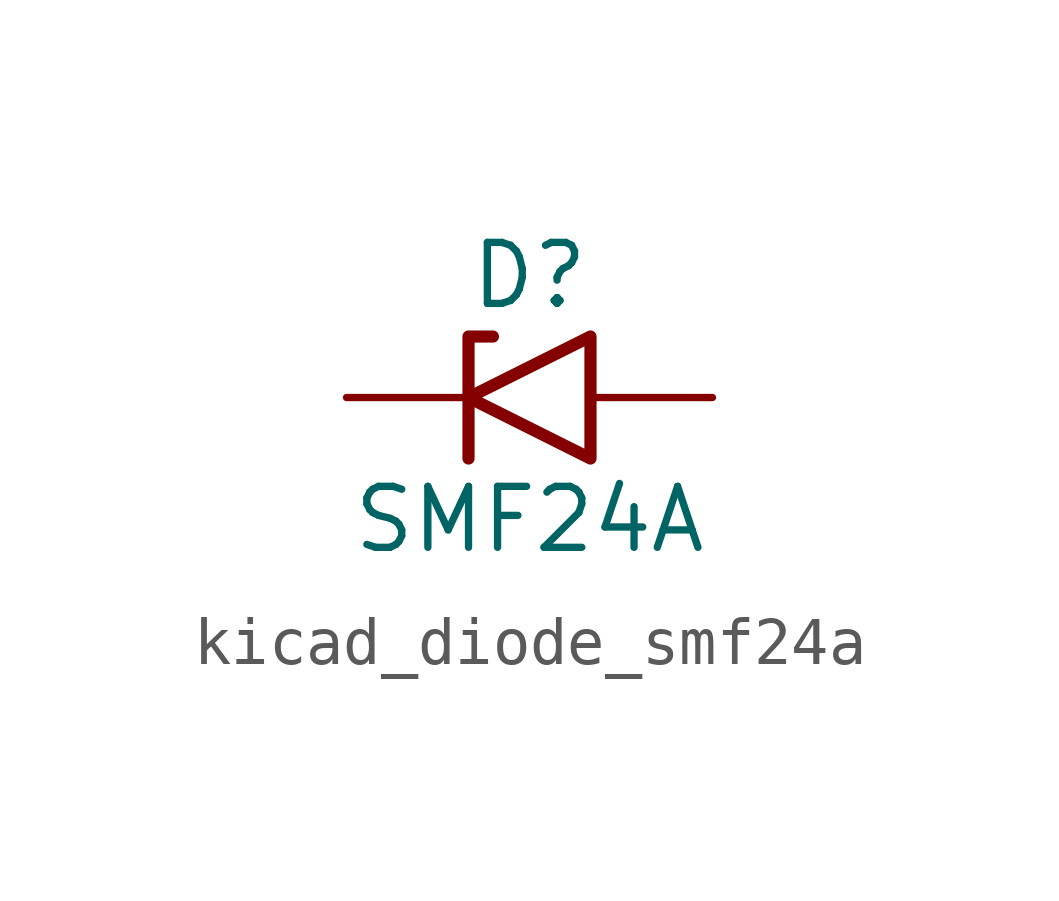
<source format=kicad_sym>
(kicad_symbol_lib
  (version 20220914)
  (generator kicad_symbol_editor)
  (symbol "kicad_diode_smf24a"
    (pin_numbers hide)
    (pin_names
      (offset 1.016) hide)
    (property "Reference" "D"
      (at 0 2.54 0)
      (effects (font (size 1.27 1.27))))
    (property "Value" "SMF24A"
      (at 0 -2.54 0)
      (effects (font (size 1.27 1.27))))
    (symbol "kicad_diode_smf24a_0_1"
      (polyline (pts (xy -0.762 1.27) (xy -1.27 1.27) (xy -1.27 -1.27)) (stroke (width 0.254) (type default)) (fill (type none)))
      (polyline (pts (xy 1.27 1.27) (xy 1.27 -1.27) (xy -1.27 0) (xy 1.27 1.27)) (stroke (width 0.254) (type default)) (fill (type none))))
    (symbol "kicad_diode_smf24a_1_1"
      (pin passive line (at -3.81 0 0) (length 2.54) (name "A1" (effects (font (size 1.27 1.27)))) (number "1" (effects (font (size 1.27 1.27)))))
      (pin passive line (at 3.81 0 180) (length 2.54) (name "A2" (effects (font (size 1.27 1.27)))) (number "2" (effects (font (size 1.27 1.27))))))))
</source>
